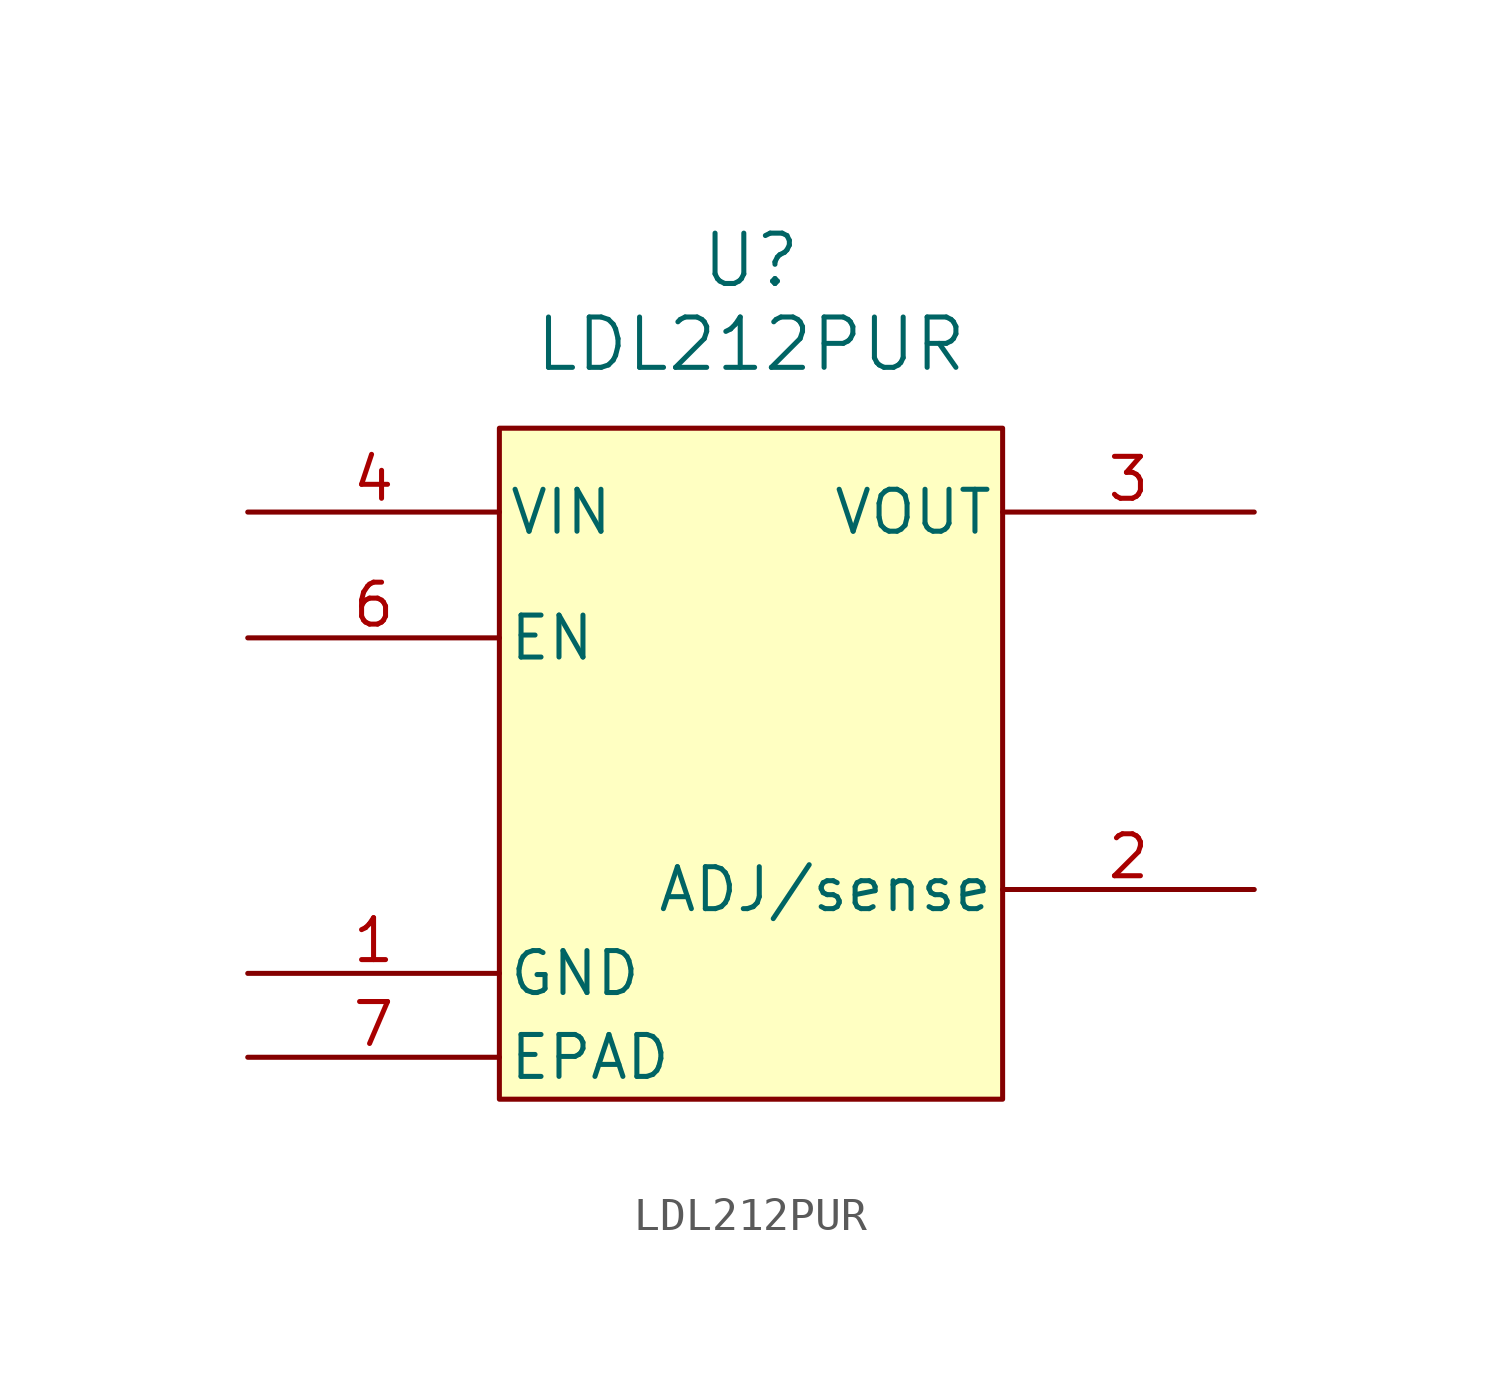
<source format=kicad_sym>
(kicad_symbol_lib
  (version 20241209)
  (generator "kicad_symbol_editor")
  (generator_version "9.0")
  (symbol "LDL212PUR"
    (pin_names
      (offset 0.254))
    (property "Reference" "U"
      (at 7.62 11.43 0)
      (effects (font (size 1.524 1.524))))
    (property "Value" "LDL212PUR"
      (at 7.62 8.89 0)
      (effects (font (size 1.524 1.524))))
    (symbol "LDL212PUR_1_1"
      (rectangle (start 0 6.35) (end 15.24 -13.97) (stroke (width 0) (type default)) (fill (type background)))
      (pin power_in line (at -7.62 3.81 0) (length 7.62) (name "VIN" (effects (font (size 1.27 1.27)))) (number "4" (effects (font (size 1.27 1.27)))))
      (pin input line (at -7.62 0 0) (length 7.62) (name "EN" (effects (font (size 1.27 1.27)))) (number "6" (effects (font (size 1.27 1.27)))))
      (pin power_in line (at -7.62 -10.16 0) (length 7.62) (name "GND" (effects (font (size 1.27 1.27)))) (number "1" (effects (font (size 1.27 1.27)))))
      (pin power_in line (at -7.62 -12.7 0) (length 7.62) (name "EPAD" (effects (font (size 1.27 1.27)))) (number "7" (effects (font (size 1.27 1.27)))))
      (pin power_out line (at 22.86 3.81 180) (length 7.62) (name "VOUT" (effects (font (size 1.27 1.27)))) (number "3" (effects (font (size 1.27 1.27)))))
      (pin input line (at 22.86 -7.62 180) (length 7.62) (name "ADJ/sense" (effects (font (size 1.27 1.27)))) (number "2" (effects (font (size 1.27 1.27)))))
      (pin no_connect line (at 22.86 -10.16 180) (length 7.62) (hide yes) (name "NC" (effects (font (size 1.27 1.27)))) (number "5" (effects (font (size 1.27 1.27))))))))
</source>
